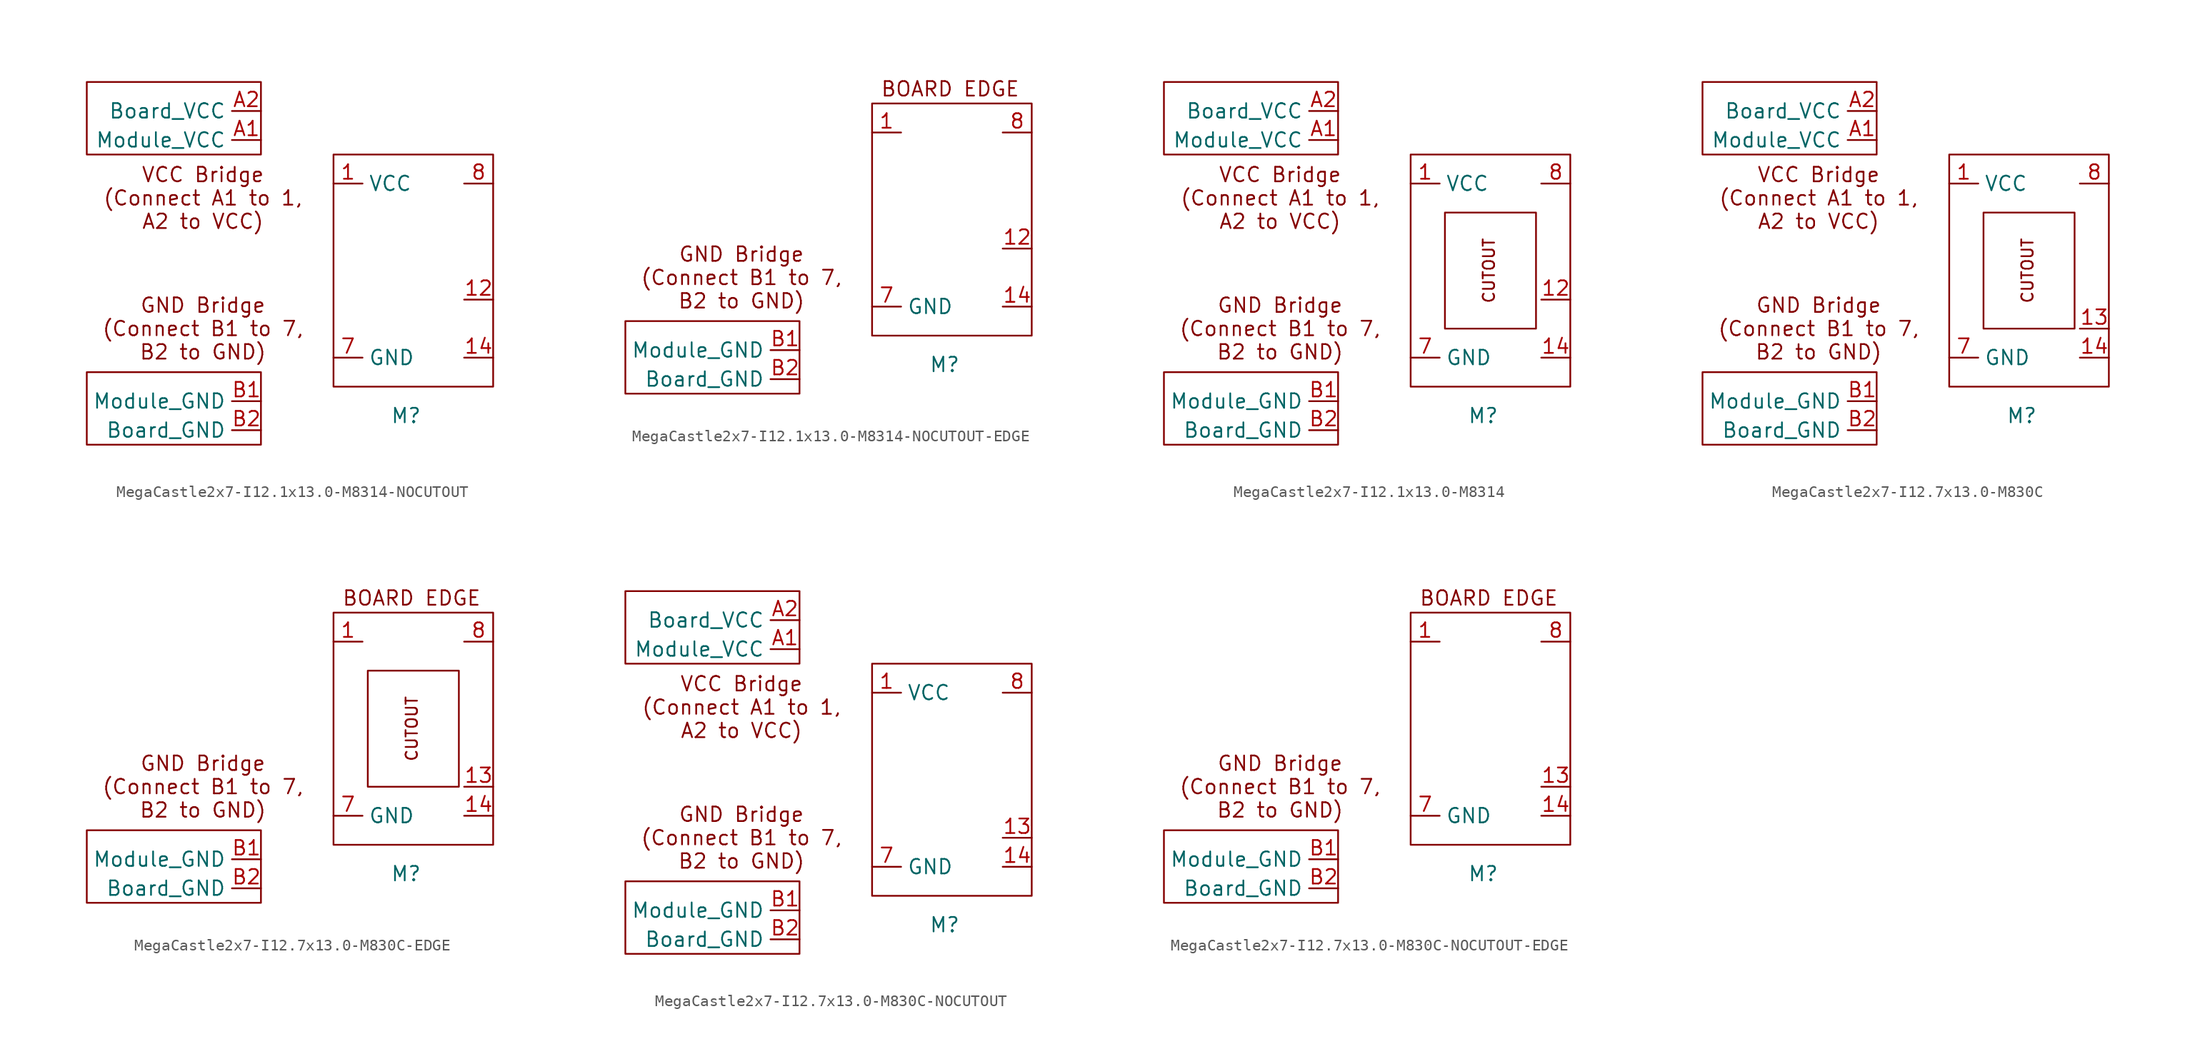
<source format=kicad_sym>
(kicad_symbol_lib
  (version 20241209)
  (generator "kicad_symbol_editor")
  (generator_version "9.0")
  (symbol "MegaCastle2x7-I12.1x13.0-M8314-NOCUTOUT"
    (property "Reference" "M"
      (at 0 -12.7 0)
      (effects (font (size 1.27 1.27))))
    (property "Value" ""
      (at 0 5.08 0)
      (effects (font (size 1.27 1.27))))
    (symbol "MegaCastle2x7-I12.1x13.0-M8314-NOCUTOUT_0_1"
      (rectangle (start -27.94 16.51) (end -12.7 10.16) (stroke (width 0) (type default)) (fill (type none)))
      (rectangle (start -27.94 -8.89) (end -12.7 -15.24) (stroke (width 0) (type default)) (fill (type none)))
      (rectangle (start -6.35 10.16) (end 7.62 -10.16) (stroke (width 0) (type default)) (fill (type none))))
    (symbol "MegaCastle2x7-I12.1x13.0-M8314-NOCUTOUT_1_1"
      (text "VCC Bridge\n(Connect A1 to 1,\nA2 to VCC)" (at -17.78 6.35 0) (effects (font (size 1.27 1.27))))
      (text "GND Bridge\n(Connect B1 to 7,\nB2 to GND)" (at -17.78 -5.08 0) (effects (font (size 1.27 1.27))))
      (pin bidirectional line (at -12.7 13.97 180) (length 2.54) (name "Board_VCC" (effects (font (size 1.27 1.27)))) (number "A2" (effects (font (size 1.27 1.27)))))
      (pin bidirectional line (at -12.7 11.43 180) (length 2.54) (name "Module_VCC" (effects (font (size 1.27 1.27)))) (number "A1" (effects (font (size 1.27 1.27)))))
      (pin bidirectional line (at -12.7 -11.43 180) (length 2.54) (name "Module_GND" (effects (font (size 1.27 1.27)))) (number "B1" (effects (font (size 1.27 1.27)))))
      (pin bidirectional line (at -12.7 -13.97 180) (length 2.54) (name "Board_GND" (effects (font (size 1.27 1.27)))) (number "B2" (effects (font (size 1.27 1.27)))))
      (pin bidirectional line (at -6.35 7.62 0) (length 2.54) (name "VCC" (effects (font (size 1.27 1.27)))) (number "1" (effects (font (size 1.27 1.27)))))
      (pin bidirectional line (at -6.35 -7.62 0) (length 2.54) (name "GND" (effects (font (size 1.27 1.27)))) (number "7" (effects (font (size 1.27 1.27)))))
      (pin bidirectional line (at 7.62 7.62 180) (length 2.54) (name "" (effects (font (size 1.27 1.27)))) (number "8" (effects (font (size 1.27 1.27)))))
      (pin bidirectional line (at 7.62 -2.54 180) (length 2.54) (name "" (effects (font (size 1.27 1.27)))) (number "12" (effects (font (size 1.27 1.27)))))
      (pin bidirectional line (at 7.62 -7.62 180) (length 2.54) (name "" (effects (font (size 1.27 1.27)))) (number "14" (effects (font (size 1.27 1.27)))))))
  (symbol "MegaCastle2x7-I12.1x13.0-M8314-NOCUTOUT-EDGE"
    (property "Reference" "M"
      (at 0 -12.7 0)
      (effects (font (size 1.27 1.27))))
    (property "Value" ""
      (at 0 5.08 0)
      (effects (font (size 1.27 1.27))))
    (symbol "MegaCastle2x7-I12.1x13.0-M8314-NOCUTOUT-EDGE_0_1"
      (rectangle (start -27.94 -8.89) (end -12.7 -15.24) (stroke (width 0) (type default)) (fill (type none)))
      (rectangle (start -6.35 10.16) (end 7.62 -10.16) (stroke (width 0) (type default)) (fill (type none))))
    (symbol "MegaCastle2x7-I12.1x13.0-M8314-NOCUTOUT-EDGE_1_1"
      (text "GND Bridge\n(Connect B1 to 7,\nB2 to GND)" (at -17.78 -5.08 0) (effects (font (size 1.27 1.27))))
      (text " BOARD EDGE" (at 0 11.43 0) (effects (font (size 1.27 1.27))))
      (pin bidirectional line (at -12.7 -11.43 180) (length 2.54) (name "Module_GND" (effects (font (size 1.27 1.27)))) (number "B1" (effects (font (size 1.27 1.27)))))
      (pin bidirectional line (at -12.7 -13.97 180) (length 2.54) (name "Board_GND" (effects (font (size 1.27 1.27)))) (number "B2" (effects (font (size 1.27 1.27)))))
      (pin bidirectional line (at -6.35 7.62 0) (length 2.54) (name "" (effects (font (size 1.27 1.27)))) (number "1" (effects (font (size 1.27 1.27)))))
      (pin bidirectional line (at -6.35 -7.62 0) (length 2.54) (name "GND" (effects (font (size 1.27 1.27)))) (number "7" (effects (font (size 1.27 1.27)))))
      (pin bidirectional line (at 7.62 7.62 180) (length 2.54) (name "" (effects (font (size 1.27 1.27)))) (number "8" (effects (font (size 1.27 1.27)))))
      (pin bidirectional line (at 7.62 -2.54 180) (length 2.54) (name "" (effects (font (size 1.27 1.27)))) (number "12" (effects (font (size 1.27 1.27)))))
      (pin bidirectional line (at 7.62 -7.62 180) (length 2.54) (name "" (effects (font (size 1.27 1.27)))) (number "14" (effects (font (size 1.27 1.27)))))))
  (symbol "MegaCastle2x7-I12.1x13.0-M8314"
    (property "Reference" "M"
      (at 0 -12.7 0)
      (effects (font (size 1.27 1.27))))
    (property "Value" ""
      (at 0 5.08 0)
      (effects (font (size 1.27 1.27))))
    (symbol "MegaCastle2x7-I12.1x13.0-M8314_0_1"
      (rectangle (start -27.94 16.51) (end -12.7 10.16) (stroke (width 0) (type default)) (fill (type none)))
      (rectangle (start -27.94 -8.89) (end -12.7 -15.24) (stroke (width 0) (type default)) (fill (type none)))
      (rectangle (start -6.35 10.16) (end 7.62 -10.16) (stroke (width 0) (type default)) (fill (type none)))
      (rectangle (start -3.35 5.08) (end 4.62 -5.08) (stroke (width 0) (type default)) (fill (type none))))
    (symbol "MegaCastle2x7-I12.1x13.0-M8314_1_1"
      (text "VCC Bridge\n(Connect A1 to 1,\nA2 to VCC)" (at -17.78 6.35 0) (effects (font (size 1.27 1.27))))
      (text "GND Bridge\n(Connect B1 to 7,\nB2 to GND)" (at -17.78 -5.08 0) (effects (font (size 1.27 1.27))))
      (text "CUTOUT" (at 0.5 0 900) (effects (font (size 1 1))))
      (pin bidirectional line (at -12.7 13.97 180) (length 2.54) (name "Board_VCC" (effects (font (size 1.27 1.27)))) (number "A2" (effects (font (size 1.27 1.27)))))
      (pin bidirectional line (at -12.7 11.43 180) (length 2.54) (name "Module_VCC" (effects (font (size 1.27 1.27)))) (number "A1" (effects (font (size 1.27 1.27)))))
      (pin bidirectional line (at -12.7 -11.43 180) (length 2.54) (name "Module_GND" (effects (font (size 1.27 1.27)))) (number "B1" (effects (font (size 1.27 1.27)))))
      (pin bidirectional line (at -12.7 -13.97 180) (length 2.54) (name "Board_GND" (effects (font (size 1.27 1.27)))) (number "B2" (effects (font (size 1.27 1.27)))))
      (pin bidirectional line (at -6.35 7.62 0) (length 2.54) (name "VCC" (effects (font (size 1.27 1.27)))) (number "1" (effects (font (size 1.27 1.27)))))
      (pin bidirectional line (at -6.35 -7.62 0) (length 2.54) (name "GND" (effects (font (size 1.27 1.27)))) (number "7" (effects (font (size 1.27 1.27)))))
      (pin bidirectional line (at 7.62 7.62 180) (length 2.54) (name "" (effects (font (size 1.27 1.27)))) (number "8" (effects (font (size 1.27 1.27)))))
      (pin bidirectional line (at 7.62 -2.54 180) (length 2.54) (name "" (effects (font (size 1.27 1.27)))) (number "12" (effects (font (size 1.27 1.27)))))
      (pin bidirectional line (at 7.62 -7.62 180) (length 2.54) (name "" (effects (font (size 1.27 1.27)))) (number "14" (effects (font (size 1.27 1.27)))))))
  (symbol "MegaCastle2x7-I12.7x13.0-M830C"
    (property "Reference" "M"
      (at 0 -12.7 0)
      (effects (font (size 1.27 1.27))))
    (property "Value" ""
      (at 0 5.08 0)
      (effects (font (size 1.27 1.27))))
    (symbol "MegaCastle2x7-I12.7x13.0-M830C_0_1"
      (rectangle (start -27.94 16.51) (end -12.7 10.16) (stroke (width 0) (type default)) (fill (type none)))
      (rectangle (start -27.94 -8.89) (end -12.7 -15.24) (stroke (width 0) (type default)) (fill (type none)))
      (rectangle (start -6.35 10.16) (end 7.62 -10.16) (stroke (width 0) (type default)) (fill (type none)))
      (rectangle (start -3.35 5.08) (end 4.62 -5.08) (stroke (width 0) (type default)) (fill (type none))))
    (symbol "MegaCastle2x7-I12.7x13.0-M830C_1_1"
      (text "VCC Bridge\n(Connect A1 to 1,\nA2 to VCC)" (at -17.78 6.35 0) (effects (font (size 1.27 1.27))))
      (text "GND Bridge\n(Connect B1 to 7,\nB2 to GND)" (at -17.78 -5.08 0) (effects (font (size 1.27 1.27))))
      (text "CUTOUT" (at 0.5 0 900) (effects (font (size 1 1))))
      (pin bidirectional line (at -12.7 13.97 180) (length 2.54) (name "Board_VCC" (effects (font (size 1.27 1.27)))) (number "A2" (effects (font (size 1.27 1.27)))))
      (pin bidirectional line (at -12.7 11.43 180) (length 2.54) (name "Module_VCC" (effects (font (size 1.27 1.27)))) (number "A1" (effects (font (size 1.27 1.27)))))
      (pin bidirectional line (at -12.7 -11.43 180) (length 2.54) (name "Module_GND" (effects (font (size 1.27 1.27)))) (number "B1" (effects (font (size 1.27 1.27)))))
      (pin bidirectional line (at -12.7 -13.97 180) (length 2.54) (name "Board_GND" (effects (font (size 1.27 1.27)))) (number "B2" (effects (font (size 1.27 1.27)))))
      (pin bidirectional line (at -6.35 7.62 0) (length 2.54) (name "VCC" (effects (font (size 1.27 1.27)))) (number "1" (effects (font (size 1.27 1.27)))))
      (pin bidirectional line (at -6.35 -7.62 0) (length 2.54) (name "GND" (effects (font (size 1.27 1.27)))) (number "7" (effects (font (size 1.27 1.27)))))
      (pin bidirectional line (at 7.62 7.62 180) (length 2.54) (name "" (effects (font (size 1.27 1.27)))) (number "8" (effects (font (size 1.27 1.27)))))
      (pin bidirectional line (at 7.62 -5.08 180) (length 2.54) (name "" (effects (font (size 1.27 1.27)))) (number "13" (effects (font (size 1.27 1.27)))))
      (pin bidirectional line (at 7.62 -7.62 180) (length 2.54) (name "" (effects (font (size 1.27 1.27)))) (number "14" (effects (font (size 1.27 1.27)))))))
  (symbol "MegaCastle2x7-I12.7x13.0-M830C-EDGE"
    (property "Reference" "M"
      (at 0 -12.7 0)
      (effects (font (size 1.27 1.27))))
    (property "Value" ""
      (at 0 5.08 0)
      (effects (font (size 1.27 1.27))))
    (symbol "MegaCastle2x7-I12.7x13.0-M830C-EDGE_0_1"
      (rectangle (start -27.94 -8.89) (end -12.7 -15.24) (stroke (width 0) (type default)) (fill (type none)))
      (rectangle (start -6.35 10.16) (end 7.62 -10.16) (stroke (width 0) (type default)) (fill (type none)))
      (rectangle (start -3.35 5.08) (end 4.62 -5.08) (stroke (width 0) (type default)) (fill (type none))))
    (symbol "MegaCastle2x7-I12.7x13.0-M830C-EDGE_1_1"
      (text "GND Bridge\n(Connect B1 to 7,\nB2 to GND)" (at -17.78 -5.08 0) (effects (font (size 1.27 1.27))))
      (text " BOARD EDGE" (at 0 11.43 0) (effects (font (size 1.27 1.27))))
      (text "CUTOUT" (at 0.5 0 900) (effects (font (size 1 1))))
      (pin bidirectional line (at -12.7 -11.43 180) (length 2.54) (name "Module_GND" (effects (font (size 1.27 1.27)))) (number "B1" (effects (font (size 1.27 1.27)))))
      (pin bidirectional line (at -12.7 -13.97 180) (length 2.54) (name "Board_GND" (effects (font (size 1.27 1.27)))) (number "B2" (effects (font (size 1.27 1.27)))))
      (pin bidirectional line (at -6.35 7.62 0) (length 2.54) (name "" (effects (font (size 1.27 1.27)))) (number "1" (effects (font (size 1.27 1.27)))))
      (pin bidirectional line (at -6.35 -7.62 0) (length 2.54) (name "GND" (effects (font (size 1.27 1.27)))) (number "7" (effects (font (size 1.27 1.27)))))
      (pin bidirectional line (at 7.62 7.62 180) (length 2.54) (name "" (effects (font (size 1.27 1.27)))) (number "8" (effects (font (size 1.27 1.27)))))
      (pin bidirectional line (at 7.62 -5.08 180) (length 2.54) (name "" (effects (font (size 1.27 1.27)))) (number "13" (effects (font (size 1.27 1.27)))))
      (pin bidirectional line (at 7.62 -7.62 180) (length 2.54) (name "" (effects (font (size 1.27 1.27)))) (number "14" (effects (font (size 1.27 1.27)))))))
  (symbol "MegaCastle2x7-I12.7x13.0-M830C-NOCUTOUT"
    (property "Reference" "M"
      (at 0 -12.7 0)
      (effects (font (size 1.27 1.27))))
    (property "Value" ""
      (at 0 5.08 0)
      (effects (font (size 1.27 1.27))))
    (symbol "MegaCastle2x7-I12.7x13.0-M830C-NOCUTOUT_0_1"
      (rectangle (start -27.94 16.51) (end -12.7 10.16) (stroke (width 0) (type default)) (fill (type none)))
      (rectangle (start -27.94 -8.89) (end -12.7 -15.24) (stroke (width 0) (type default)) (fill (type none)))
      (rectangle (start -6.35 10.16) (end 7.62 -10.16) (stroke (width 0) (type default)) (fill (type none))))
    (symbol "MegaCastle2x7-I12.7x13.0-M830C-NOCUTOUT_1_1"
      (text "VCC Bridge\n(Connect A1 to 1,\nA2 to VCC)" (at -17.78 6.35 0) (effects (font (size 1.27 1.27))))
      (text "GND Bridge\n(Connect B1 to 7,\nB2 to GND)" (at -17.78 -5.08 0) (effects (font (size 1.27 1.27))))
      (pin bidirectional line (at -12.7 13.97 180) (length 2.54) (name "Board_VCC" (effects (font (size 1.27 1.27)))) (number "A2" (effects (font (size 1.27 1.27)))))
      (pin bidirectional line (at -12.7 11.43 180) (length 2.54) (name "Module_VCC" (effects (font (size 1.27 1.27)))) (number "A1" (effects (font (size 1.27 1.27)))))
      (pin bidirectional line (at -12.7 -11.43 180) (length 2.54) (name "Module_GND" (effects (font (size 1.27 1.27)))) (number "B1" (effects (font (size 1.27 1.27)))))
      (pin bidirectional line (at -12.7 -13.97 180) (length 2.54) (name "Board_GND" (effects (font (size 1.27 1.27)))) (number "B2" (effects (font (size 1.27 1.27)))))
      (pin bidirectional line (at -6.35 7.62 0) (length 2.54) (name "VCC" (effects (font (size 1.27 1.27)))) (number "1" (effects (font (size 1.27 1.27)))))
      (pin bidirectional line (at -6.35 -7.62 0) (length 2.54) (name "GND" (effects (font (size 1.27 1.27)))) (number "7" (effects (font (size 1.27 1.27)))))
      (pin bidirectional line (at 7.62 7.62 180) (length 2.54) (name "" (effects (font (size 1.27 1.27)))) (number "8" (effects (font (size 1.27 1.27)))))
      (pin bidirectional line (at 7.62 -5.08 180) (length 2.54) (name "" (effects (font (size 1.27 1.27)))) (number "13" (effects (font (size 1.27 1.27)))))
      (pin bidirectional line (at 7.62 -7.62 180) (length 2.54) (name "" (effects (font (size 1.27 1.27)))) (number "14" (effects (font (size 1.27 1.27)))))))
  (symbol "MegaCastle2x7-I12.7x13.0-M830C-NOCUTOUT-EDGE"
    (property "Reference" "M"
      (at 0 -12.7 0)
      (effects (font (size 1.27 1.27))))
    (property "Value" ""
      (at 0 5.08 0)
      (effects (font (size 1.27 1.27))))
    (symbol "MegaCastle2x7-I12.7x13.0-M830C-NOCUTOUT-EDGE_0_1"
      (rectangle (start -27.94 -8.89) (end -12.7 -15.24) (stroke (width 0) (type default)) (fill (type none)))
      (rectangle (start -6.35 10.16) (end 7.62 -10.16) (stroke (width 0) (type default)) (fill (type none))))
    (symbol "MegaCastle2x7-I12.7x13.0-M830C-NOCUTOUT-EDGE_1_1"
      (text "GND Bridge\n(Connect B1 to 7,\nB2 to GND)" (at -17.78 -5.08 0) (effects (font (size 1.27 1.27))))
      (text " BOARD EDGE" (at 0 11.43 0) (effects (font (size 1.27 1.27))))
      (pin bidirectional line (at -12.7 -11.43 180) (length 2.54) (name "Module_GND" (effects (font (size 1.27 1.27)))) (number "B1" (effects (font (size 1.27 1.27)))))
      (pin bidirectional line (at -12.7 -13.97 180) (length 2.54) (name "Board_GND" (effects (font (size 1.27 1.27)))) (number "B2" (effects (font (size 1.27 1.27)))))
      (pin bidirectional line (at -6.35 7.62 0) (length 2.54) (name "" (effects (font (size 1.27 1.27)))) (number "1" (effects (font (size 1.27 1.27)))))
      (pin bidirectional line (at -6.35 -7.62 0) (length 2.54) (name "GND" (effects (font (size 1.27 1.27)))) (number "7" (effects (font (size 1.27 1.27)))))
      (pin bidirectional line (at 7.62 7.62 180) (length 2.54) (name "" (effects (font (size 1.27 1.27)))) (number "8" (effects (font (size 1.27 1.27)))))
      (pin bidirectional line (at 7.62 -5.08 180) (length 2.54) (name "" (effects (font (size 1.27 1.27)))) (number "13" (effects (font (size 1.27 1.27)))))
      (pin bidirectional line (at 7.62 -7.62 180) (length 2.54) (name "" (effects (font (size 1.27 1.27)))) (number "14" (effects (font (size 1.27 1.27))))))))
</source>
